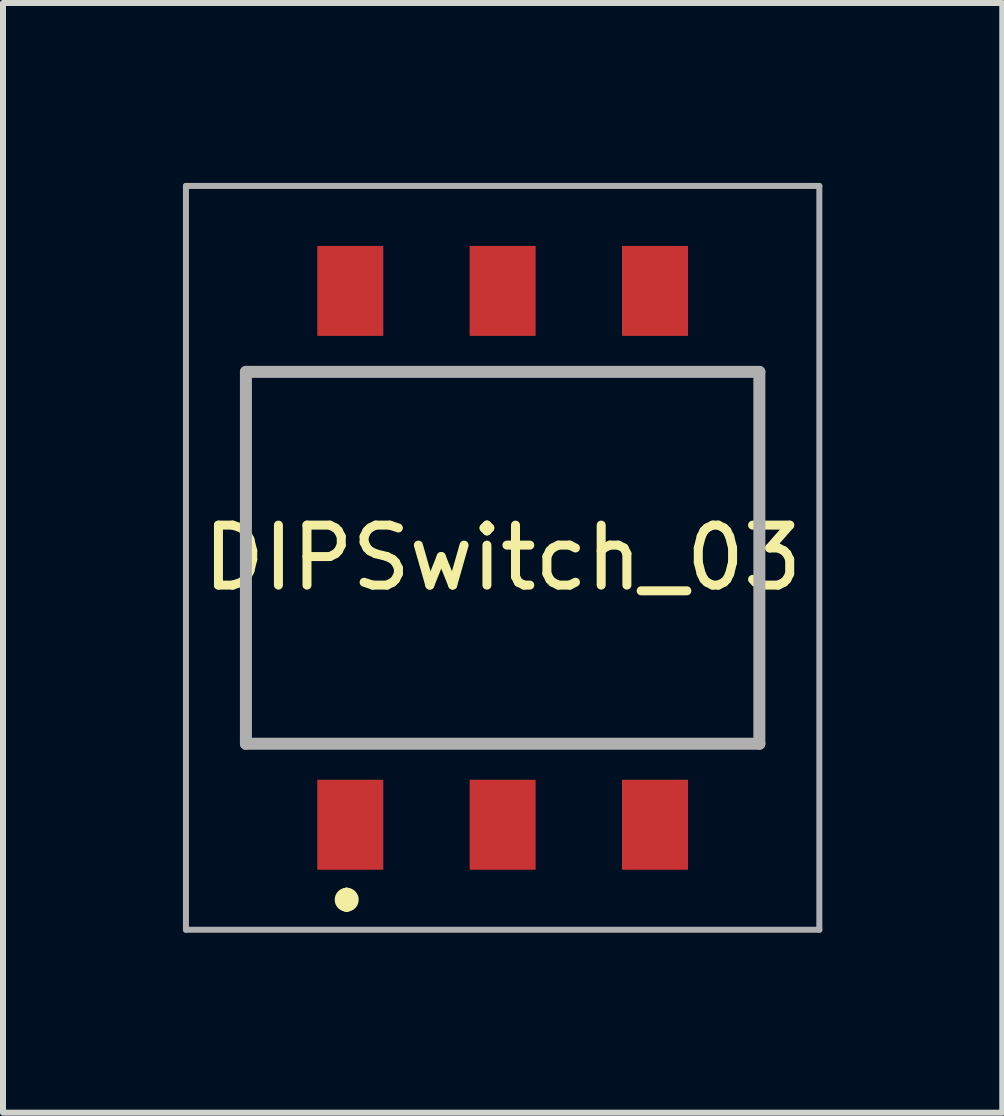
<source format=kicad_pcb>
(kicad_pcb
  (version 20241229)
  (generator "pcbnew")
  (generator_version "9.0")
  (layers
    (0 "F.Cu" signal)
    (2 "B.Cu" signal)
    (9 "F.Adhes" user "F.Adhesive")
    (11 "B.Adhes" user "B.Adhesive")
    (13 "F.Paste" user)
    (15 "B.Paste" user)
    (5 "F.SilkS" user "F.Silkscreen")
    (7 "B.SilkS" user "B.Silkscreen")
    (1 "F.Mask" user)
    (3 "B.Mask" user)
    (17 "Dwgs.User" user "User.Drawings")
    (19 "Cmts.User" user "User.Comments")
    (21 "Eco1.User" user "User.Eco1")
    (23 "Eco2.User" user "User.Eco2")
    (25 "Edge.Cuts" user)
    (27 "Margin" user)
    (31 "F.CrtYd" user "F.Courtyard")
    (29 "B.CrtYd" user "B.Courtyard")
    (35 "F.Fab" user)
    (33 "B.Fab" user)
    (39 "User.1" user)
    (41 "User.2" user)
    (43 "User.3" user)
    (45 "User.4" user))
  (footprint "DIPSwitch_03"
    (layer "F.Cu")
    (at 5.33 6.25)
    (property "Reference" "DIPSwitch_03" (at 0 0 0) (layer "F.SilkS") (effects (font (size 1 1) (thickness 0.15))))
    (attr through_hole)
    (fp_line (start -4.28 -3.1) (end 4.28 -3.1) (stroke (width 0.1) (type solid)) (layer "F.SilkS"))
    (fp_line (start -4.28 3.1) (end -4.28 -3.1) (stroke (width 0.1) (type solid)) (layer "F.SilkS"))
    (fp_line (start -2.6 5.6) (end -2.6 5.6) (stroke (width 0.2) (type solid)) (layer "F.SilkS"))
    (fp_line (start -2.6 5.8) (end -2.6 5.8) (stroke (width 0.2) (type solid)) (layer "F.SilkS"))
    (fp_line (start 4.28 -3.1) (end 4.28 3.1) (stroke (width 0.1) (type solid)) (layer "F.SilkS"))
    (fp_line (start 4.28 3.1) (end -4.28 3.1) (stroke (width 0.1) (type solid)) (layer "F.SilkS"))
    (fp_arc (start -2.6 5.6) (mid -2.5 5.7) (end -2.6 5.8) (stroke (width 0.2) (type solid)) (layer "F.SilkS"))
    (fp_arc (start -2.6 5.8) (mid -2.7 5.7) (end -2.6 5.6) (stroke (width 0.2) (type solid)) (layer "F.SilkS"))
    (fp_line (start -5.28 -6.2) (end 5.28 -6.2) (stroke (width 0.1) (type solid)) (layer "F.Fab"))
    (fp_line (start -5.28 6.2) (end -5.28 -6.2) (stroke (width 0.1) (type solid)) (layer "F.Fab"))
    (fp_line (start -4.28 -3.1) (end 4.28 -3.1) (stroke (width 0.2) (type solid)) (layer "F.Fab"))
    (fp_line (start -4.28 3.1) (end -4.28 -3.1) (stroke (width 0.2) (type solid)) (layer "F.Fab"))
    (fp_line (start 4.28 -3.1) (end 4.28 3.1) (stroke (width 0.2) (type solid)) (layer "F.Fab"))
    (fp_line (start 4.28 3.1) (end -4.28 3.1) (stroke (width 0.2) (type solid)) (layer "F.Fab"))
    (fp_line (start 5.28 -6.2) (end 5.28 6.2) (stroke (width 0.1) (type solid)) (layer "F.Fab"))
    (fp_line (start 5.28 6.2) (end -5.28 6.2) (stroke (width 0.1) (type solid)) (layer "F.Fab"))
    (pad "1" smd rect (at -2.54 4.45 90) (size 1.5 1.1) (layers "F.Cu" "F.Mask" "F.Paste"))
    (pad "2" smd rect (at -2.54 -4.45 90) (size 1.5 1.1) (layers "F.Cu" "F.Mask" "F.Paste"))
    (pad "3" smd rect (at 0 4.45 90) (size 1.5 1.1) (layers "F.Cu" "F.Mask" "F.Paste"))
    (pad "4" smd rect (at 0 -4.45 90) (size 1.5 1.1) (layers "F.Cu" "F.Mask" "F.Paste"))
    (pad "5" smd rect (at 2.54 4.45 90) (size 1.5 1.1) (layers "F.Cu" "F.Mask" "F.Paste"))
    (pad "6" smd rect (at 2.54 -4.45 90) (size 1.5 1.1) (layers "F.Cu" "F.Mask" "F.Paste")))
  (gr_rect
    (start -3 -3)
    (end 13.66 15.5)
    (stroke (width 0.1) (type default))
    (fill no)
    (layer "Edge.Cuts")))
</source>
